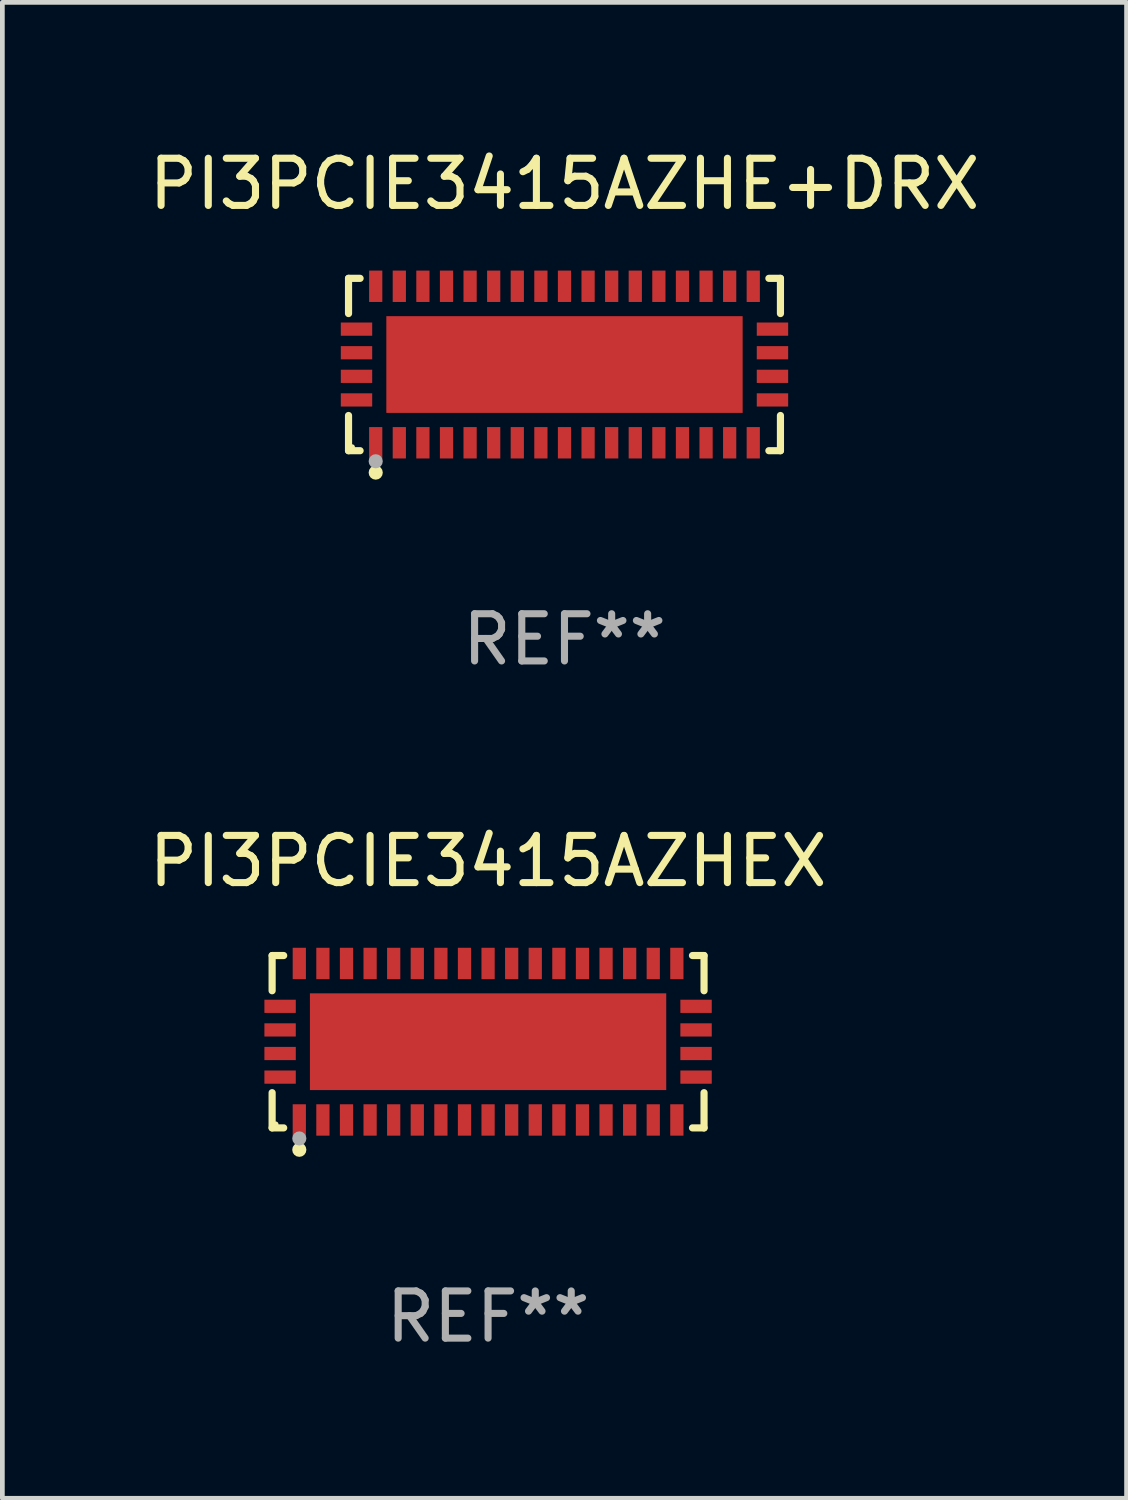
<source format=kicad_pcb>
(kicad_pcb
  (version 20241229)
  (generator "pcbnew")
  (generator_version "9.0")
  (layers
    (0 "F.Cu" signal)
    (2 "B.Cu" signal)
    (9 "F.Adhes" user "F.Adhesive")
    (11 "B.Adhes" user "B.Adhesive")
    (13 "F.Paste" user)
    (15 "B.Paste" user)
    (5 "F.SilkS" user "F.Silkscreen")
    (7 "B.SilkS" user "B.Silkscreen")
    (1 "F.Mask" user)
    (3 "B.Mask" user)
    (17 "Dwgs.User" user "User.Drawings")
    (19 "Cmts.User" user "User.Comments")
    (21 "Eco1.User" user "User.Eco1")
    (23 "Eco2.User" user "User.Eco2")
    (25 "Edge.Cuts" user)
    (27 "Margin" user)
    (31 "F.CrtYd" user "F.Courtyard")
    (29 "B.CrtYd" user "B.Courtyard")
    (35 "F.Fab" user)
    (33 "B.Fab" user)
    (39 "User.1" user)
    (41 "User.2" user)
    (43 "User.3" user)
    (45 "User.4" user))
  (footprint "PI3PCIE3415AZHEX"
    (layer "F.Cu")
    (at 7.292 19.023)
    (property "Reference" "PI3PCIE3415AZHEX" (at 0 -3.826 0) (layer "F.SilkS") (effects (font (size 1 1) (thickness 0.15))))
    (attr through_hole)
    (fp_line (start -4.576 -1.826) (end -4.331 -1.826) (stroke (width 0.152) (type solid)) (layer "F.SilkS"))
    (fp_line (start -4.576 -1.08) (end -4.576 -1.826) (stroke (width 0.152) (type solid)) (layer "F.SilkS"))
    (fp_line (start -4.576 1.08) (end -4.576 1.826) (stroke (width 0.152) (type solid)) (layer "F.SilkS"))
    (fp_line (start -4.576 1.826) (end -4.331 1.826) (stroke (width 0.152) (type solid)) (layer "F.SilkS"))
    (fp_line (start 4.576 -1.826) (end 4.331 -1.826) (stroke (width 0.152) (type solid)) (layer "F.SilkS"))
    (fp_line (start 4.576 -1.08) (end 4.576 -1.826) (stroke (width 0.152) (type solid)) (layer "F.SilkS"))
    (fp_line (start 4.576 1.08) (end 4.576 1.826) (stroke (width 0.152) (type solid)) (layer "F.SilkS"))
    (fp_line (start 4.576 1.826) (end 4.331 1.826) (stroke (width 0.152) (type solid)) (layer "F.SilkS"))
    (fp_circle (center -4.5 1.75) (end -4.47 1.75) (stroke (width 0.06) (type solid)) (fill no) (layer "F.SilkS"))
    (fp_circle (center -4 2.29) (end -3.925 2.29) (stroke (width 0.15) (type solid)) (fill no) (layer "F.SilkS"))
    (fp_circle (center -4 2.05) (end -3.925 2.05) (stroke (width 0.15) (type solid)) (fill no) (layer "F.Fab"))
    (fp_text user "REF**" (at 0 5.826 0) (layer "F.Fab") (effects (font (size 1 1) (thickness 0.15))))
    (pad "1" smd rect (at -4 1.658) (size 0.28 0.665) (layers "F.Cu" "F.Mask" "F.Paste"))
    (pad "2" smd rect (at -3.5 1.658) (size 0.28 0.665) (layers "F.Cu" "F.Mask" "F.Paste"))
    (pad "3" smd rect (at -3 1.658) (size 0.28 0.665) (layers "F.Cu" "F.Mask" "F.Paste"))
    (pad "4" smd rect (at -2.5 1.658) (size 0.28 0.665) (layers "F.Cu" "F.Mask" "F.Paste"))
    (pad "5" smd rect (at -2 1.658) (size 0.28 0.665) (layers "F.Cu" "F.Mask" "F.Paste"))
    (pad "6" smd rect (at -1.5 1.658) (size 0.28 0.665) (layers "F.Cu" "F.Mask" "F.Paste"))
    (pad "7" smd rect (at -1 1.658) (size 0.28 0.665) (layers "F.Cu" "F.Mask" "F.Paste"))
    (pad "8" smd rect (at -0.5 1.658) (size 0.28 0.665) (layers "F.Cu" "F.Mask" "F.Paste"))
    (pad "9" smd rect (at 0 1.658) (size 0.28 0.665) (layers "F.Cu" "F.Mask" "F.Paste"))
    (pad "10" smd rect (at 0.5 1.658) (size 0.28 0.665) (layers "F.Cu" "F.Mask" "F.Paste"))
    (pad "11" smd rect (at 1 1.658) (size 0.28 0.665) (layers "F.Cu" "F.Mask" "F.Paste"))
    (pad "12" smd rect (at 1.5 1.658) (size 0.28 0.665) (layers "F.Cu" "F.Mask" "F.Paste"))
    (pad "13" smd rect (at 2 1.658) (size 0.28 0.665) (layers "F.Cu" "F.Mask" "F.Paste"))
    (pad "14" smd rect (at 2.5 1.658) (size 0.28 0.665) (layers "F.Cu" "F.Mask" "F.Paste"))
    (pad "15" smd rect (at 3 1.658) (size 0.28 0.665) (layers "F.Cu" "F.Mask" "F.Paste"))
    (pad "16" smd rect (at 3.5 1.658) (size 0.28 0.665) (layers "F.Cu" "F.Mask" "F.Paste"))
    (pad "17" smd rect (at 4 1.658) (size 0.28 0.665) (layers "F.Cu" "F.Mask" "F.Paste"))
    (pad "18" smd rect (at 4.407 0.75) (size 0.665 0.28) (layers "F.Cu" "F.Mask" "F.Paste"))
    (pad "19" smd rect (at 4.407 0.25) (size 0.665 0.28) (layers "F.Cu" "F.Mask" "F.Paste"))
    (pad "20" smd rect (at 4.407 -0.25) (size 0.665 0.28) (layers "F.Cu" "F.Mask" "F.Paste"))
    (pad "21" smd rect (at 4.407 -0.75) (size 0.665 0.28) (layers "F.Cu" "F.Mask" "F.Paste"))
    (pad "22" smd rect (at 4 -1.658) (size 0.28 0.665) (layers "F.Cu" "F.Mask" "F.Paste"))
    (pad "23" smd rect (at 3.5 -1.658) (size 0.28 0.665) (layers "F.Cu" "F.Mask" "F.Paste"))
    (pad "24" smd rect (at 3 -1.658) (size 0.28 0.665) (layers "F.Cu" "F.Mask" "F.Paste"))
    (pad "25" smd rect (at 2.5 -1.658) (size 0.28 0.665) (layers "F.Cu" "F.Mask" "F.Paste"))
    (pad "26" smd rect (at 2 -1.658) (size 0.28 0.665) (layers "F.Cu" "F.Mask" "F.Paste"))
    (pad "27" smd rect (at 1.5 -1.658) (size 0.28 0.665) (layers "F.Cu" "F.Mask" "F.Paste"))
    (pad "28" smd rect (at 1 -1.658) (size 0.28 0.665) (layers "F.Cu" "F.Mask" "F.Paste"))
    (pad "29" smd rect (at 0.5 -1.658) (size 0.28 0.665) (layers "F.Cu" "F.Mask" "F.Paste"))
    (pad "30" smd rect (at 0 -1.658) (size 0.28 0.665) (layers "F.Cu" "F.Mask" "F.Paste"))
    (pad "31" smd rect (at -0.5 -1.658) (size 0.28 0.665) (layers "F.Cu" "F.Mask" "F.Paste"))
    (pad "32" smd rect (at -1 -1.658) (size 0.28 0.665) (layers "F.Cu" "F.Mask" "F.Paste"))
    (pad "33" smd rect (at -1.5 -1.658) (size 0.28 0.665) (layers "F.Cu" "F.Mask" "F.Paste"))
    (pad "34" smd rect (at -2 -1.658) (size 0.28 0.665) (layers "F.Cu" "F.Mask" "F.Paste"))
    (pad "35" smd rect (at -2.5 -1.658) (size 0.28 0.665) (layers "F.Cu" "F.Mask" "F.Paste"))
    (pad "36" smd rect (at -3 -1.658) (size 0.28 0.665) (layers "F.Cu" "F.Mask" "F.Paste"))
    (pad "37" smd rect (at -3.5 -1.658) (size 0.28 0.665) (layers "F.Cu" "F.Mask" "F.Paste"))
    (pad "38" smd rect (at -4 -1.658) (size 0.28 0.665) (layers "F.Cu" "F.Mask" "F.Paste"))
    (pad "39" smd rect (at -4.407 -0.75) (size 0.665 0.28) (layers "F.Cu" "F.Mask" "F.Paste"))
    (pad "40" smd rect (at -4.407 -0.25) (size 0.665 0.28) (layers "F.Cu" "F.Mask" "F.Paste"))
    (pad "41" smd rect (at -4.407 0.25) (size 0.665 0.28) (layers "F.Cu" "F.Mask" "F.Paste"))
    (pad "42" smd rect (at -4.407 0.75) (size 0.665 0.28) (layers "F.Cu" "F.Mask" "F.Paste"))
    (pad "43" smd rect (at 0 0) (size 7.55 2.05) (layers "F.Cu" "F.Mask" "F.Paste")))
  (footprint "PI3PCIE3415AZHE+DRX"
    (layer "F.Cu")
    (at 8.911 4.674)
    (property "Reference" "PI3PCIE3415AZHE+DRX" (at 0 -3.826 0) (layer "F.SilkS") (effects (font (size 1 1) (thickness 0.15))))
    (attr through_hole)
    (fp_line (start -4.576 -1.826) (end -4.331 -1.826) (stroke (width 0.152) (type solid)) (layer "F.SilkS"))
    (fp_line (start -4.576 -1.08) (end -4.576 -1.826) (stroke (width 0.152) (type solid)) (layer "F.SilkS"))
    (fp_line (start -4.576 1.08) (end -4.576 1.826) (stroke (width 0.152) (type solid)) (layer "F.SilkS"))
    (fp_line (start -4.576 1.826) (end -4.331 1.826) (stroke (width 0.152) (type solid)) (layer "F.SilkS"))
    (fp_line (start 4.576 -1.826) (end 4.331 -1.826) (stroke (width 0.152) (type solid)) (layer "F.SilkS"))
    (fp_line (start 4.576 -1.08) (end 4.576 -1.826) (stroke (width 0.152) (type solid)) (layer "F.SilkS"))
    (fp_line (start 4.576 1.08) (end 4.576 1.826) (stroke (width 0.152) (type solid)) (layer "F.SilkS"))
    (fp_line (start 4.576 1.826) (end 4.331 1.826) (stroke (width 0.152) (type solid)) (layer "F.SilkS"))
    (fp_circle (center -4.5 1.75) (end -4.47 1.75) (stroke (width 0.06) (type solid)) (fill no) (layer "F.SilkS"))
    (fp_circle (center -4 2.29) (end -3.925 2.29) (stroke (width 0.15) (type solid)) (fill no) (layer "F.SilkS"))
    (fp_circle (center -4 2.05) (end -3.925 2.05) (stroke (width 0.15) (type solid)) (fill no) (layer "F.Fab"))
    (fp_text user "REF**" (at 0 5.826 0) (layer "F.Fab") (effects (font (size 1 1) (thickness 0.15))))
    (pad "1" smd rect (at -4 1.658) (size 0.28 0.665) (layers "F.Cu" "F.Mask" "F.Paste"))
    (pad "2" smd rect (at -3.5 1.658) (size 0.28 0.665) (layers "F.Cu" "F.Mask" "F.Paste"))
    (pad "3" smd rect (at -3 1.658) (size 0.28 0.665) (layers "F.Cu" "F.Mask" "F.Paste"))
    (pad "4" smd rect (at -2.5 1.658) (size 0.28 0.665) (layers "F.Cu" "F.Mask" "F.Paste"))
    (pad "5" smd rect (at -2 1.658) (size 0.28 0.665) (layers "F.Cu" "F.Mask" "F.Paste"))
    (pad "6" smd rect (at -1.5 1.658) (size 0.28 0.665) (layers "F.Cu" "F.Mask" "F.Paste"))
    (pad "7" smd rect (at -1 1.658) (size 0.28 0.665) (layers "F.Cu" "F.Mask" "F.Paste"))
    (pad "8" smd rect (at -0.5 1.658) (size 0.28 0.665) (layers "F.Cu" "F.Mask" "F.Paste"))
    (pad "9" smd rect (at 0 1.658) (size 0.28 0.665) (layers "F.Cu" "F.Mask" "F.Paste"))
    (pad "10" smd rect (at 0.5 1.658) (size 0.28 0.665) (layers "F.Cu" "F.Mask" "F.Paste"))
    (pad "11" smd rect (at 1 1.658) (size 0.28 0.665) (layers "F.Cu" "F.Mask" "F.Paste"))
    (pad "12" smd rect (at 1.5 1.658) (size 0.28 0.665) (layers "F.Cu" "F.Mask" "F.Paste"))
    (pad "13" smd rect (at 2 1.658) (size 0.28 0.665) (layers "F.Cu" "F.Mask" "F.Paste"))
    (pad "14" smd rect (at 2.5 1.658) (size 0.28 0.665) (layers "F.Cu" "F.Mask" "F.Paste"))
    (pad "15" smd rect (at 3 1.658) (size 0.28 0.665) (layers "F.Cu" "F.Mask" "F.Paste"))
    (pad "16" smd rect (at 3.5 1.658) (size 0.28 0.665) (layers "F.Cu" "F.Mask" "F.Paste"))
    (pad "17" smd rect (at 4 1.658) (size 0.28 0.665) (layers "F.Cu" "F.Mask" "F.Paste"))
    (pad "18" smd rect (at 4.407 0.75) (size 0.665 0.28) (layers "F.Cu" "F.Mask" "F.Paste"))
    (pad "19" smd rect (at 4.407 0.25) (size 0.665 0.28) (layers "F.Cu" "F.Mask" "F.Paste"))
    (pad "20" smd rect (at 4.407 -0.25) (size 0.665 0.28) (layers "F.Cu" "F.Mask" "F.Paste"))
    (pad "21" smd rect (at 4.407 -0.75) (size 0.665 0.28) (layers "F.Cu" "F.Mask" "F.Paste"))
    (pad "22" smd rect (at 4 -1.658) (size 0.28 0.665) (layers "F.Cu" "F.Mask" "F.Paste"))
    (pad "23" smd rect (at 3.5 -1.658) (size 0.28 0.665) (layers "F.Cu" "F.Mask" "F.Paste"))
    (pad "24" smd rect (at 3 -1.658) (size 0.28 0.665) (layers "F.Cu" "F.Mask" "F.Paste"))
    (pad "25" smd rect (at 2.5 -1.658) (size 0.28 0.665) (layers "F.Cu" "F.Mask" "F.Paste"))
    (pad "26" smd rect (at 2 -1.658) (size 0.28 0.665) (layers "F.Cu" "F.Mask" "F.Paste"))
    (pad "27" smd rect (at 1.5 -1.658) (size 0.28 0.665) (layers "F.Cu" "F.Mask" "F.Paste"))
    (pad "28" smd rect (at 1 -1.658) (size 0.28 0.665) (layers "F.Cu" "F.Mask" "F.Paste"))
    (pad "29" smd rect (at 0.5 -1.658) (size 0.28 0.665) (layers "F.Cu" "F.Mask" "F.Paste"))
    (pad "30" smd rect (at 0 -1.658) (size 0.28 0.665) (layers "F.Cu" "F.Mask" "F.Paste"))
    (pad "31" smd rect (at -0.5 -1.658) (size 0.28 0.665) (layers "F.Cu" "F.Mask" "F.Paste"))
    (pad "32" smd rect (at -1 -1.658) (size 0.28 0.665) (layers "F.Cu" "F.Mask" "F.Paste"))
    (pad "33" smd rect (at -1.5 -1.658) (size 0.28 0.665) (layers "F.Cu" "F.Mask" "F.Paste"))
    (pad "34" smd rect (at -2 -1.658) (size 0.28 0.665) (layers "F.Cu" "F.Mask" "F.Paste"))
    (pad "35" smd rect (at -2.5 -1.658) (size 0.28 0.665) (layers "F.Cu" "F.Mask" "F.Paste"))
    (pad "36" smd rect (at -3 -1.658) (size 0.28 0.665) (layers "F.Cu" "F.Mask" "F.Paste"))
    (pad "37" smd rect (at -3.5 -1.658) (size 0.28 0.665) (layers "F.Cu" "F.Mask" "F.Paste"))
    (pad "38" smd rect (at -4 -1.658) (size 0.28 0.665) (layers "F.Cu" "F.Mask" "F.Paste"))
    (pad "39" smd rect (at -4.407 -0.75) (size 0.665 0.28) (layers "F.Cu" "F.Mask" "F.Paste"))
    (pad "40" smd rect (at -4.407 -0.25) (size 0.665 0.28) (layers "F.Cu" "F.Mask" "F.Paste"))
    (pad "41" smd rect (at -4.407 0.25) (size 0.665 0.28) (layers "F.Cu" "F.Mask" "F.Paste"))
    (pad "42" smd rect (at -4.407 0.75) (size 0.665 0.28) (layers "F.Cu" "F.Mask" "F.Paste"))
    (pad "43" smd rect (at 0 0) (size 7.55 2.05) (layers "F.Cu" "F.Mask" "F.Paste")))
  (gr_rect
    (start -3 -3)
    (end 20.821 28.698)
    (stroke (width 0.1) (type default))
    (fill no)
    (layer "Edge.Cuts")))
</source>
